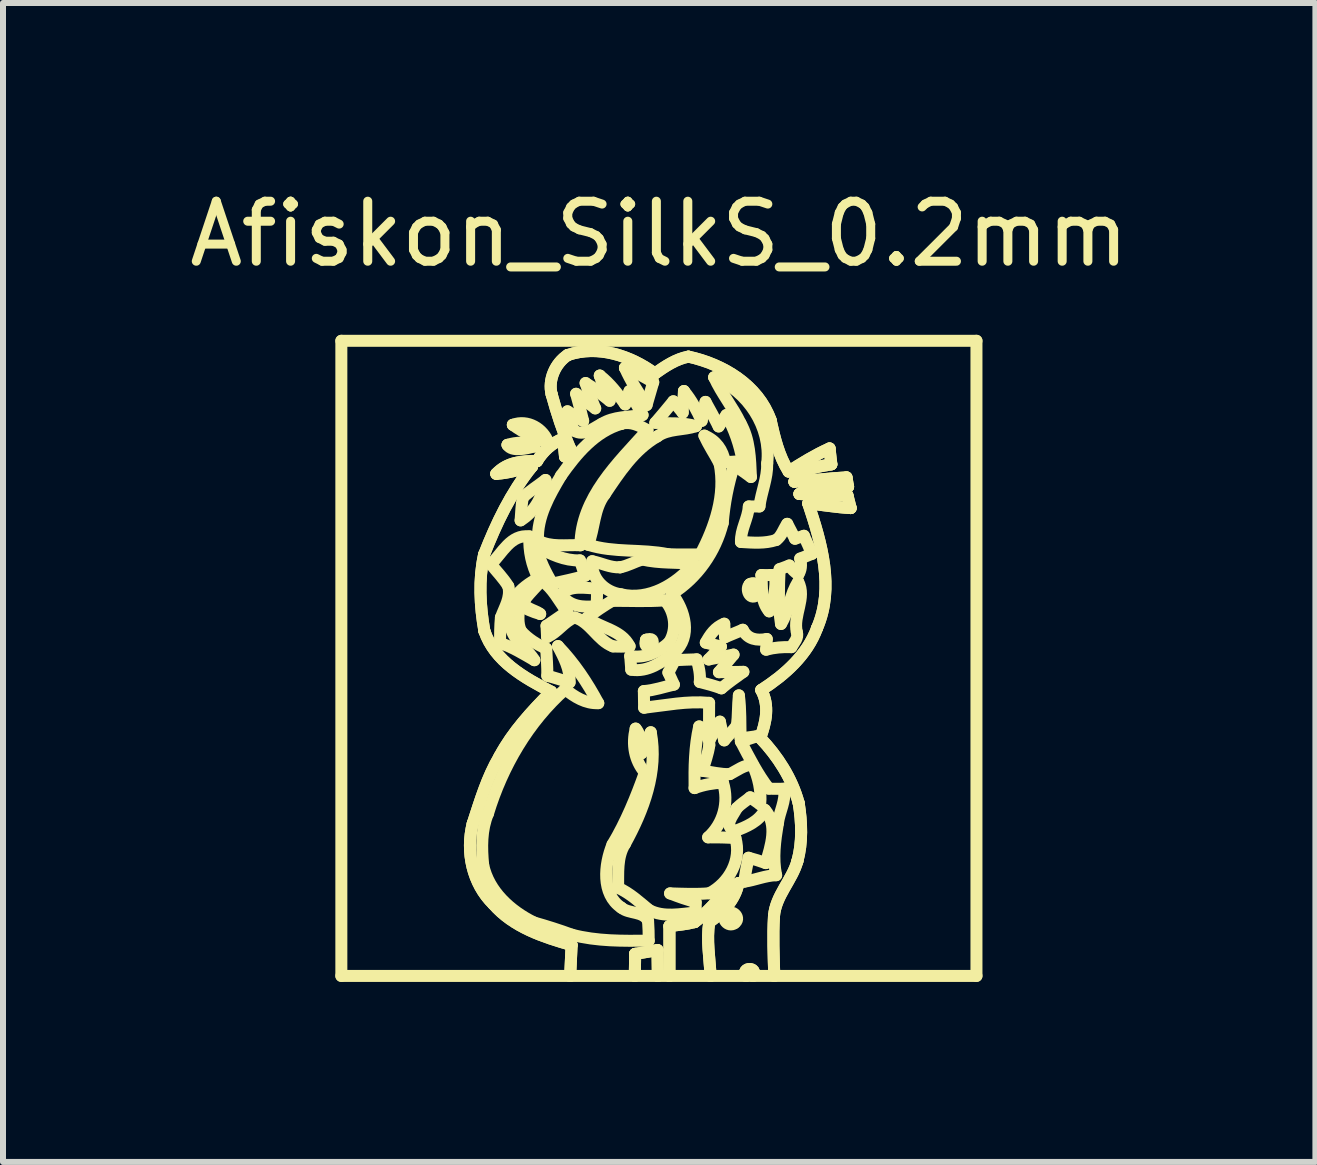
<source format=kicad_pcb>
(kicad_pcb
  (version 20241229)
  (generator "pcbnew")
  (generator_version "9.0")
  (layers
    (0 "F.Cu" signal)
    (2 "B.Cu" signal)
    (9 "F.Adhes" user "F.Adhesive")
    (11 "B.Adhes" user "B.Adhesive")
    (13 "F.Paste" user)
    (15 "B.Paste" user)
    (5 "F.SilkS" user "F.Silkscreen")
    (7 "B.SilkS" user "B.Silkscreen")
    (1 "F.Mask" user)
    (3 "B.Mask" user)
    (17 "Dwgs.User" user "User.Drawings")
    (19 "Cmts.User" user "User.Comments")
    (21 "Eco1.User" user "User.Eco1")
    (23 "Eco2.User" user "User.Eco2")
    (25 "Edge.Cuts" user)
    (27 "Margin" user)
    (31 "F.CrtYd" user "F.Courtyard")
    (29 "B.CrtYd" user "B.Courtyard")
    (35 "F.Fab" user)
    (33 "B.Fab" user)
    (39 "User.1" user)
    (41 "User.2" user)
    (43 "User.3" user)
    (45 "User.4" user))
  (footprint "Afiskon_SilkS_0.2mm"
    (layer "F.Cu")
    (at 8.035 2.648)
    (property "Reference" "Afiskon_SilkS_0.2mm" (at -0.1 -1.8 0) (layer "F.SilkS") (effects (font (size 1 1) (thickness 0.15))))
    (attr through_hole)
    (fp_line (start -5.397 -0.019) (end 5.186 -0.019) (stroke (width 0.2) (type solid)) (layer "F.SilkS"))
    (fp_line (start -5.397 10.564) (end -5.397 -0.019) (stroke (width 0.2) (type solid)) (layer "F.SilkS"))
    (fp_line (start -2.904 3.704) (end -2.904 3.704) (stroke (width 0.2) (type solid)) (layer "F.SilkS"))
    (fp_line (start -2.628 1.715) (end -2.628 1.715) (stroke (width 0.2) (type solid)) (layer "F.SilkS"))
    (fp_line (start -2.539 1.381) (end -2.539 1.381) (stroke (width 0.2) (type solid)) (layer "F.SilkS"))
    (fp_line (start -2.374 2.593) (end -2.374 2.593) (stroke (width 0.2) (type solid)) (layer "F.SilkS"))
    (fp_line (start -2.13 3.415) (end -2.13 3.415) (stroke (width 0.2) (type solid)) (layer "F.SilkS"))
    (fp_line (start -1.736 4.204) (end -1.736 4.204) (stroke (width 0.2) (type solid)) (layer "F.SilkS"))
    (fp_line (start -1.622 0.217) (end -1.622 0.217) (stroke (width 0.2) (type solid)) (layer "F.SilkS"))
    (fp_line (start -1.584 10.564) (end -5.397 10.564) (stroke (width 0.2) (type solid)) (layer "F.SilkS"))
    (fp_line (start -1.09 0.561) (end -1.09 0.561) (stroke (width 0.2) (type solid)) (layer "F.SilkS"))
    (fp_line (start -0.752 3.755) (end -0.752 3.755) (stroke (width 0.2) (type solid)) (layer "F.SilkS"))
    (fp_line (start -0.728 1.363) (end -0.728 1.363) (stroke (width 0.2) (type solid)) (layer "F.SilkS"))
    (fp_line (start -0.671 0.432) (end -0.671 0.432) (stroke (width 0.2) (type solid)) (layer "F.SilkS"))
    (fp_line (start -0.507 10.564) (end -1.584 10.564) (stroke (width 0.2) (type solid)) (layer "F.SilkS"))
    (fp_line (start -0.501 10.197) (end -0.501 10.197) (stroke (width 0.2) (type solid)) (layer "F.SilkS"))
    (fp_line (start -0.319 4.963) (end -0.319 4.963) (stroke (width 0.2) (type solid)) (layer "F.SilkS"))
    (fp_line (start -0.123 10.564) (end -0.507 10.564) (stroke (width 0.2) (type solid)) (layer "F.SilkS"))
    (fp_line (start 0.07 10.564) (end -0.123 10.564) (stroke (width 0.2) (type solid)) (layer "F.SilkS"))
    (fp_line (start 0.312 0.819) (end 0.312 0.819) (stroke (width 0.2) (type solid)) (layer "F.SilkS"))
    (fp_line (start 0.489 9.667) (end 0.489 9.667) (stroke (width 0.2) (type solid)) (layer "F.SilkS"))
    (fp_line (start 0.755 10.564) (end 0.07 10.564) (stroke (width 0.2) (type solid)) (layer "F.SilkS"))
    (fp_line (start 0.816 0.589) (end 0.816 0.589) (stroke (width 0.2) (type solid)) (layer "F.SilkS"))
    (fp_line (start 1.033 9.531) (end 1.033 9.531) (stroke (width 0.2) (type solid)) (layer "F.SilkS"))
    (fp_line (start 1.345 10.564) (end 0.755 10.564) (stroke (width 0.2) (type solid)) (layer "F.SilkS"))
    (fp_line (start 1.41 4.038) (end 1.41 4.038) (stroke (width 0.2) (type solid)) (layer "F.SilkS"))
    (fp_line (start 1.464 10.564) (end 1.345 10.564) (stroke (width 0.2) (type solid)) (layer "F.SilkS"))
    (fp_line (start 1.604 3.885) (end 1.604 3.885) (stroke (width 0.2) (type solid)) (layer "F.SilkS"))
    (fp_line (start 1.817 10.564) (end 1.464 10.564) (stroke (width 0.2) (type solid)) (layer "F.SilkS"))
    (fp_line (start 5.186 -0.019) (end 5.186 10.564) (stroke (width 0.2) (type solid)) (layer "F.SilkS"))
    (fp_line (start 5.186 10.564) (end 1.817 10.564) (stroke (width 0.2) (type solid)) (layer "F.SilkS"))
    (fp_curve (pts (xy -3.208 8.027) (xy -3.328 8.494) (xy -3.215 9.028) (xy -2.863 9.369)) (stroke (width 0.2) (type solid)) (layer "F.SilkS"))
    (fp_curve (pts (xy -3.208 8.027) (xy -3.083 7.644) (xy -2.968 7.254) (xy -2.761 6.906)) (stroke (width 0.2) (type solid)) (layer "F.SilkS"))
    (fp_curve (pts (xy -3.034 8.715) (xy -3.061 8.428) (xy -3.067 8.127) (xy -2.953 7.857)) (stroke (width 0.2) (type solid)) (layer "F.SilkS"))
    (fp_curve (pts (xy -3.019 3.544) (xy -3.112 3.961) (xy -3.087 4.398) (xy -3.014 4.816)) (stroke (width 0.2) (type solid)) (layer "F.SilkS"))
    (fp_curve (pts (xy -3.019 3.544) (xy -2.815 3.023) (xy -2.572 2.51) (xy -2.218 2.073)) (stroke (width 0.2) (type solid)) (layer "F.SilkS"))
    (fp_curve (pts (xy -3.014 4.816) (xy -3.087 4.398) (xy -3.112 3.961) (xy -3.019 3.544)) (stroke (width 0.2) (type solid)) (layer "F.SilkS"))
    (fp_curve (pts (xy -3.014 4.816) (xy -2.842 5.324) (xy -2.348 5.595) (xy -1.902 5.828)) (stroke (width 0.2) (type solid)) (layer "F.SilkS"))
    (fp_curve (pts (xy -2.953 7.857) (xy -2.714 7.073) (xy -2.283 6.333) (xy -1.667 5.787)) (stroke (width 0.2) (type solid)) (layer "F.SilkS"))
    (fp_curve (pts (xy -2.904 3.704) (xy -2.715 3.519) (xy -2.577 3.202) (xy -2.264 3.24)) (stroke (width 0.2) (type solid)) (layer "F.SilkS"))
    (fp_curve (pts (xy -2.863 9.369) (xy -3.215 9.028) (xy -3.328 8.494) (xy -3.208 8.027)) (stroke (width 0.2) (type solid)) (layer "F.SilkS"))
    (fp_curve (pts (xy -2.863 9.369) (xy -2.53 9.753) (xy -2.032 9.915) (xy -1.56 10.05)) (stroke (width 0.2) (type solid)) (layer "F.SilkS"))
    (fp_curve (pts (xy -2.815 2.197) (xy -2.61 2.187) (xy -2.415 2.121) (xy -2.218 2.073)) (stroke (width 0.2) (type solid)) (layer "F.SilkS"))
    (fp_curve (pts (xy -2.815 2.197) (xy -2.637 2.005) (xy -2.383 1.979) (xy -2.137 1.986)) (stroke (width 0.2) (type solid)) (layer "F.SilkS"))
    (fp_curve (pts (xy -2.761 6.906) (xy -2.968 7.254) (xy -3.083 7.644) (xy -3.208 8.027)) (stroke (width 0.2) (type solid)) (layer "F.SilkS"))
    (fp_curve (pts (xy -2.761 6.906) (xy -2.543 6.496) (xy -2.226 6.155) (xy -1.902 5.828)) (stroke (width 0.2) (type solid)) (layer "F.SilkS"))
    (fp_curve (pts (xy -2.753 5.018) (xy -2.751 4.875) (xy -2.753 4.732) (xy -2.738 4.591)) (stroke (width 0.2) (type solid)) (layer "F.SilkS"))
    (fp_curve (pts (xy -2.738 4.591) (xy -2.678 4.421) (xy -2.568 4.26) (xy -2.615 4.072)) (stroke (width 0.2) (type solid)) (layer "F.SilkS"))
    (fp_curve (pts (xy -2.628 1.715) (xy -2.503 1.673) (xy -2.27 1.649) (xy -2.181 1.742)) (stroke (width 0.2) (type solid)) (layer "F.SilkS"))
    (fp_curve (pts (xy -2.615 4.072) (xy -2.695 3.938) (xy -2.808 3.827) (xy -2.904 3.704)) (stroke (width 0.2) (type solid)) (layer "F.SilkS"))
    (fp_curve (pts (xy -2.577 4.747) (xy -2.525 4.986) (xy -2.299 5.104) (xy -2.181 5.303)) (stroke (width 0.2) (type solid)) (layer "F.SilkS"))
    (fp_curve (pts (xy -2.539 1.381) (xy -2.296 1.287) (xy -2.029 1.443) (xy -1.948 1.681)) (stroke (width 0.2) (type solid)) (layer "F.SilkS"))
    (fp_curve (pts (xy -2.439 4.387) (xy -2.324 4.444) (xy -2.208 4.5) (xy -2.084 4.533)) (stroke (width 0.2) (type solid)) (layer "F.SilkS"))
    (fp_curve (pts (xy -2.41 2.973) (xy -2.401 2.846) (xy -2.396 2.719) (xy -2.374 2.593)) (stroke (width 0.2) (type solid)) (layer "F.SilkS"))
    (fp_curve (pts (xy -2.403 4.819) (xy -2.469 4.685) (xy -2.439 4.531) (xy -2.439 4.387)) (stroke (width 0.2) (type solid)) (layer "F.SilkS"))
    (fp_curve (pts (xy -2.374 2.593) (xy -2.259 2.482) (xy -2.121 2.398) (xy -1.995 2.3)) (stroke (width 0.2) (type solid)) (layer "F.SilkS"))
    (fp_curve (pts (xy -2.336 4.285) (xy -2.25 4.175) (xy -2.151 4.078) (xy -2.058 3.975)) (stroke (width 0.2) (type solid)) (layer "F.SilkS"))
    (fp_curve (pts (xy -2.264 3.24) (xy -2.275 3.482) (xy -2.224 3.722) (xy -2.113 3.938)) (stroke (width 0.2) (type solid)) (layer "F.SilkS"))
    (fp_curve (pts (xy -2.218 2.073) (xy -2.572 2.51) (xy -2.815 3.023) (xy -3.019 3.544)) (stroke (width 0.2) (type solid)) (layer "F.SilkS"))
    (fp_curve (pts (xy -2.218 2.073) (xy -2.415 2.121) (xy -2.61 2.187) (xy -2.815 2.197)) (stroke (width 0.2) (type solid)) (layer "F.SilkS"))
    (fp_curve (pts (xy -2.187 9.674) (xy -2.577 9.482) (xy -2.942 9.156) (xy -3.034 8.715)) (stroke (width 0.2) (type solid)) (layer "F.SilkS"))
    (fp_curve (pts (xy -2.181 1.742) (xy -2.305 1.775) (xy -2.56 1.837) (xy -2.628 1.715)) (stroke (width 0.2) (type solid)) (layer "F.SilkS"))
    (fp_curve (pts (xy -2.181 5.303) (xy -2.367 5.197) (xy -2.547 5.082) (xy -2.753 5.018)) (stroke (width 0.2) (type solid)) (layer "F.SilkS"))
    (fp_curve (pts (xy -2.137 1.986) (xy -2.383 1.979) (xy -2.637 2.005) (xy -2.815 2.197)) (stroke (width 0.2) (type solid)) (layer "F.SilkS"))
    (fp_curve (pts (xy -2.137 1.986) (xy -2.034 1.816) (xy -1.888 1.684) (xy -1.701 1.61)) (stroke (width 0.2) (type solid)) (layer "F.SilkS"))
    (fp_curve (pts (xy -2.13 3.415) (xy -1.909 3.536) (xy -1.679 3.648) (xy -1.421 3.64)) (stroke (width 0.2) (type solid)) (layer "F.SilkS"))
    (fp_curve (pts (xy -2.12 3.307) (xy -2.138 2.913) (xy -1.93 2.555) (xy -1.736 2.228)) (stroke (width 0.2) (type solid)) (layer "F.SilkS"))
    (fp_curve (pts (xy -2.113 3.938) (xy -2.403 4.08) (xy -2.735 4.395) (xy -2.577 4.747)) (stroke (width 0.2) (type solid)) (layer "F.SilkS"))
    (fp_curve (pts (xy -2.084 4.533) (xy -2.163 4.46) (xy -2.411 4.44) (xy -2.336 4.285)) (stroke (width 0.2) (type solid)) (layer "F.SilkS"))
    (fp_curve (pts (xy -2.058 3.975) (xy -1.871 4.107) (xy -1.77 4.316) (xy -1.637 4.496)) (stroke (width 0.2) (type solid)) (layer "F.SilkS"))
    (fp_curve (pts (xy -1.995 2.3) (xy -2.043 2.57) (xy -2.168 2.827) (xy -2.41 2.973)) (stroke (width 0.2) (type solid)) (layer "F.SilkS"))
    (fp_curve (pts (xy -1.983 5.109) (xy -2.14 5.041) (xy -2.287 4.947) (xy -2.403 4.819)) (stroke (width 0.2) (type solid)) (layer "F.SilkS"))
    (fp_curve (pts (xy -1.978 4.73) (xy -1.975 4.777) (xy -1.971 4.87) (xy -1.969 4.916)) (stroke (width 0.2) (type solid)) (layer "F.SilkS"))
    (fp_curve (pts (xy -1.969 4.916) (xy -1.793 4.841) (xy -1.685 4.659) (xy -1.511 4.591)) (stroke (width 0.2) (type solid)) (layer "F.SilkS"))
    (fp_curve (pts (xy -1.965 5.563) (xy -1.962 5.411) (xy -1.976 5.26) (xy -1.983 5.109)) (stroke (width 0.2) (type solid)) (layer "F.SilkS"))
    (fp_curve (pts (xy -1.948 1.681) (xy -2.155 1.603) (xy -2.362 1.516) (xy -2.539 1.381)) (stroke (width 0.2) (type solid)) (layer "F.SilkS"))
    (fp_curve (pts (xy -1.902 5.828) (xy -2.348 5.595) (xy -2.842 5.324) (xy -3.014 4.816)) (stroke (width 0.2) (type solid)) (layer "F.SilkS"))
    (fp_curve (pts (xy -1.902 5.828) (xy -2.226 6.155) (xy -2.543 6.496) (xy -2.761 6.906)) (stroke (width 0.2) (type solid)) (layer "F.SilkS"))
    (fp_curve (pts (xy -1.892 0.875) (xy -1.957 0.632) (xy -1.83 0.349) (xy -1.622 0.217)) (stroke (width 0.2) (type solid)) (layer "F.SilkS"))
    (fp_curve (pts (xy -1.892 0.875) (xy -1.807 1.186) (xy -1.708 1.493) (xy -1.579 1.789)) (stroke (width 0.2) (type solid)) (layer "F.SilkS"))
    (fp_curve (pts (xy -1.883 4.028) (xy -1.989 3.835) (xy -2.105 3.638) (xy -2.13 3.415)) (stroke (width 0.2) (type solid)) (layer "F.SilkS"))
    (fp_curve (pts (xy -1.787 5.068) (xy -1.69 5.257) (xy -1.581 5.453) (xy -1.594 5.674)) (stroke (width 0.2) (type solid)) (layer "F.SilkS"))
    (fp_curve (pts (xy -1.736 2.228) (xy -1.48 1.864) (xy -1.171 1.493) (xy -0.728 1.363)) (stroke (width 0.2) (type solid)) (layer "F.SilkS"))
    (fp_curve (pts (xy -1.736 4.204) (xy -1.571 4.045) (xy -1.337 4.105) (xy -1.134 4.109)) (stroke (width 0.2) (type solid)) (layer "F.SilkS"))
    (fp_curve (pts (xy -1.701 1.61) (xy -1.888 1.684) (xy -2.034 1.816) (xy -2.137 1.986)) (stroke (width 0.2) (type solid)) (layer "F.SilkS"))
    (fp_curve (pts (xy -1.701 1.61) (xy -1.694 1.685) (xy -1.677 1.835) (xy -1.67 1.91)) (stroke (width 0.2) (type solid)) (layer "F.SilkS"))
    (fp_curve (pts (xy -1.67 1.91) (xy -1.677 1.835) (xy -1.694 1.685) (xy -1.701 1.61)) (stroke (width 0.2) (type solid)) (layer "F.SilkS"))
    (fp_curve (pts (xy -1.67 1.91) (xy -1.639 1.87) (xy -1.609 1.829) (xy -1.579 1.789)) (stroke (width 0.2) (type solid)) (layer "F.SilkS"))
    (fp_curve (pts (xy -1.667 5.787) (xy -1.509 5.916) (xy -1.327 6.029) (xy -1.116 6.019)) (stroke (width 0.2) (type solid)) (layer "F.SilkS"))
    (fp_curve (pts (xy -1.637 4.496) (xy -1.751 4.573) (xy -1.865 4.651) (xy -1.978 4.73)) (stroke (width 0.2) (type solid)) (layer "F.SilkS"))
    (fp_curve (pts (xy -1.629 1.156) (xy -1.541 1.208) (xy -1.454 1.262) (xy -1.368 1.315)) (stroke (width 0.2) (type solid)) (layer "F.SilkS"))
    (fp_curve (pts (xy -1.622 0.217) (xy -1.83 0.349) (xy -1.957 0.632) (xy -1.892 0.875)) (stroke (width 0.2) (type solid)) (layer "F.SilkS"))
    (fp_curve (pts (xy -1.622 0.217) (xy -1.124 0.048) (xy -0.582 0.225) (xy -0.173 0.527)) (stroke (width 0.2) (type solid)) (layer "F.SilkS"))
    (fp_curve (pts (xy -1.594 5.674) (xy -1.718 5.636) (xy -1.84 5.595) (xy -1.965 5.563)) (stroke (width 0.2) (type solid)) (layer "F.SilkS"))
    (fp_curve (pts (xy -1.584 10.564) (xy -1.576 10.392) (xy -1.568 10.222) (xy -1.56 10.05)) (stroke (width 0.2) (type solid)) (layer "F.SilkS"))
    (fp_curve (pts (xy -1.579 1.789) (xy -1.708 1.493) (xy -1.807 1.186) (xy -1.892 0.875)) (stroke (width 0.2) (type solid)) (layer "F.SilkS"))
    (fp_curve (pts (xy -1.579 1.789) (xy -1.609 1.829) (xy -1.639 1.87) (xy -1.67 1.91)) (stroke (width 0.2) (type solid)) (layer "F.SilkS"))
    (fp_curve (pts (xy -1.56 10.05) (xy -2.032 9.915) (xy -2.53 9.753) (xy -2.863 9.369)) (stroke (width 0.2) (type solid)) (layer "F.SilkS"))
    (fp_curve (pts (xy -1.56 10.05) (xy -1.568 10.222) (xy -1.576 10.392) (xy -1.584 10.564)) (stroke (width 0.2) (type solid)) (layer "F.SilkS"))
    (fp_curve (pts (xy -1.557 9.877) (xy -1.765 9.8) (xy -1.974 9.734) (xy -2.187 9.674)) (stroke (width 0.2) (type solid)) (layer "F.SilkS"))
    (fp_curve (pts (xy -1.521 1.476) (xy -1.566 1.373) (xy -1.595 1.264) (xy -1.629 1.156)) (stroke (width 0.2) (type solid)) (layer "F.SilkS"))
    (fp_curve (pts (xy -1.511 4.591) (xy -1.246 4.665) (xy -1.129 4.976) (xy -0.871 5.073)) (stroke (width 0.2) (type solid)) (layer "F.SilkS"))
    (fp_curve (pts (xy -1.485 0.864) (xy -1.378 0.944) (xy -1.273 1.026) (xy -1.167 1.107)) (stroke (width 0.2) (type solid)) (layer "F.SilkS"))
    (fp_curve (pts (xy -1.421 3.64) (xy -1.392 3.726) (xy -1.364 3.81) (xy -1.335 3.896)) (stroke (width 0.2) (type solid)) (layer "F.SilkS"))
    (fp_curve (pts (xy -1.413 3.388) (xy -1.647 3.376) (xy -1.91 3.427) (xy -2.12 3.307)) (stroke (width 0.2) (type solid)) (layer "F.SilkS"))
    (fp_curve (pts (xy -1.368 1.315) (xy -1.403 1.164) (xy -1.443 1.014) (xy -1.485 0.864)) (stroke (width 0.2) (type solid)) (layer "F.SilkS"))
    (fp_curve (pts (xy -1.335 3.896) (xy -1.514 3.951) (xy -1.7 3.985) (xy -1.883 4.028)) (stroke (width 0.2) (type solid)) (layer "F.SilkS"))
    (fp_curve (pts (xy -1.327 0.685) (xy -1.183 0.77) (xy -1.056 0.878) (xy -0.926 0.98)) (stroke (width 0.2) (type solid)) (layer "F.SilkS"))
    (fp_curve (pts (xy -1.304 4.598) (xy -1.17 4.495) (xy -1.031 4.4) (xy -0.886 4.314)) (stroke (width 0.2) (type solid)) (layer "F.SilkS"))
    (fp_curve (pts (xy -1.285 3.379) (xy -1.178 3.102) (xy -1.192 2.784) (xy -1.009 2.54)) (stroke (width 0.2) (type solid)) (layer "F.SilkS"))
    (fp_curve (pts (xy -1.217 3.654) (xy -1.061 3.684) (xy -0.913 3.765) (xy -0.752 3.755)) (stroke (width 0.2) (type solid)) (layer "F.SilkS"))
    (fp_curve (pts (xy -1.167 1.107) (xy -1.226 0.968) (xy -1.281 0.829) (xy -1.327 0.685)) (stroke (width 0.2) (type solid)) (layer "F.SilkS"))
    (fp_curve (pts (xy -1.142 4.402) (xy -1.37 4.426) (xy -1.598 4.413) (xy -1.736 4.204)) (stroke (width 0.2) (type solid)) (layer "F.SilkS"))
    (fp_curve (pts (xy -1.134 4.109) (xy -1.136 4.183) (xy -1.14 4.329) (xy -1.142 4.402)) (stroke (width 0.2) (type solid)) (layer "F.SilkS"))
    (fp_curve (pts (xy -1.116 6.019) (xy -1.298 5.677) (xy -1.517 5.348) (xy -1.787 5.068)) (stroke (width 0.2) (type solid)) (layer "F.SilkS"))
    (fp_curve (pts (xy -1.09 0.561) (xy -0.92 0.692) (xy -0.79 0.865) (xy -0.667 1.04)) (stroke (width 0.2) (type solid)) (layer "F.SilkS"))
    (fp_curve (pts (xy -1.06 1.366) (xy -1.202 1.438) (xy -1.358 1.579) (xy -1.521 1.476)) (stroke (width 0.2) (type solid)) (layer "F.SilkS"))
    (fp_curve (pts (xy -1.009 2.54) (xy -0.767 2.179) (xy -0.518 1.796) (xy -0.132 1.574)) (stroke (width 0.2) (type solid)) (layer "F.SilkS"))
    (fp_curve (pts (xy -0.926 0.98) (xy -0.981 0.841) (xy -1.049 0.705) (xy -1.09 0.561)) (stroke (width 0.2) (type solid)) (layer "F.SilkS"))
    (fp_curve (pts (xy -0.886 4.314) (xy -0.593 4.313) (xy -0.299 4.328) (xy -0.007 4.306)) (stroke (width 0.2) (type solid)) (layer "F.SilkS"))
    (fp_curve (pts (xy -0.879 8.375) (xy -1.014 8.704) (xy -1.069 9.201) (xy -0.732 9.426)) (stroke (width 0.2) (type solid)) (layer "F.SilkS"))
    (fp_curve (pts (xy -0.871 5.073) (xy -0.779 5.079) (xy -0.687 5.079) (xy -0.594 5.071)) (stroke (width 0.2) (type solid)) (layer "F.SilkS"))
    (fp_curve (pts (xy -0.785 9.097) (xy -0.78 8.852) (xy -0.809 8.585) (xy -0.672 8.366)) (stroke (width 0.2) (type solid)) (layer "F.SilkS"))
    (fp_curve (pts (xy -0.752 3.755) (xy -0.623 3.731) (xy -0.508 3.662) (xy -0.384 3.625)) (stroke (width 0.2) (type solid)) (layer "F.SilkS"))
    (fp_curve (pts (xy -0.738 4.205) (xy -1.007 4.169) (xy -1.243 3.94) (xy -1.217 3.654)) (stroke (width 0.2) (type solid)) (layer "F.SilkS"))
    (fp_curve (pts (xy -0.732 9.426) (xy -0.601 9.537) (xy -0.372 9.477) (xy -0.286 9.647)) (stroke (width 0.2) (type solid)) (layer "F.SilkS"))
    (fp_curve (pts (xy -0.728 1.363) (xy -0.572 1.321) (xy -0.429 1.395) (xy -0.296 1.469)) (stroke (width 0.2) (type solid)) (layer "F.SilkS"))
    (fp_curve (pts (xy -0.672 8.366) (xy -0.36 7.803) (xy -0.117 7.156) (xy -0.241 6.504)) (stroke (width 0.2) (type solid)) (layer "F.SilkS"))
    (fp_curve (pts (xy -0.671 0.432) (xy -0.505 0.493) (xy -0.352 0.582) (xy -0.2 0.671)) (stroke (width 0.2) (type solid)) (layer "F.SilkS"))
    (fp_curve (pts (xy -0.667 1.04) (xy -0.643 0.966) (xy -0.62 0.892) (xy -0.596 0.819)) (stroke (width 0.2) (type solid)) (layer "F.SilkS"))
    (fp_curve (pts (xy -0.596 0.819) (xy -0.527 0.954) (xy -0.453 1.086) (xy -0.378 1.217)) (stroke (width 0.2) (type solid)) (layer "F.SilkS"))
    (fp_curve (pts (xy -0.594 5.071) (xy -0.73 4.795) (xy -1.076 4.77) (xy -1.304 4.598)) (stroke (width 0.2) (type solid)) (layer "F.SilkS"))
    (fp_curve (pts (xy -0.584 5.233) (xy -0.577 5.309) (xy -0.572 5.384) (xy -0.566 5.461)) (stroke (width 0.2) (type solid)) (layer "F.SilkS"))
    (fp_curve (pts (xy -0.566 5.461) (xy -0.293 5.508) (xy -0.049 5.336) (xy 0.151 5.174)) (stroke (width 0.2) (type solid)) (layer "F.SilkS"))
    (fp_curve (pts (xy -0.507 10.564) (xy -0.505 10.442) (xy -0.503 10.319) (xy -0.501 10.197)) (stroke (width 0.2) (type solid)) (layer "F.SilkS"))
    (fp_curve (pts (xy -0.501 10.197) (xy -0.503 10.319) (xy -0.505 10.442) (xy -0.507 10.564)) (stroke (width 0.2) (type solid)) (layer "F.SilkS"))
    (fp_curve (pts (xy -0.501 10.197) (xy -0.377 10.177) (xy -0.253 10.155) (xy -0.129 10.134)) (stroke (width 0.2) (type solid)) (layer "F.SilkS"))
    (fp_curve (pts (xy -0.493 6.443) (xy -0.556 6.705) (xy -0.514 6.968) (xy -0.339 7.176)) (stroke (width 0.2) (type solid)) (layer "F.SilkS"))
    (fp_curve (pts (xy -0.395 6.854) (xy -0.428 6.718) (xy -0.39 6.554) (xy -0.493 6.443)) (stroke (width 0.2) (type solid)) (layer "F.SilkS"))
    (fp_curve (pts (xy -0.384 3.625) (xy -0.101 3.692) (xy 0.19 3.67) (xy 0.477 3.697)) (stroke (width 0.2) (type solid)) (layer "F.SilkS"))
    (fp_curve (pts (xy -0.378 1.217) (xy -0.608 1.254) (xy -0.856 1.238) (xy -1.06 1.366)) (stroke (width 0.2) (type solid)) (layer "F.SilkS"))
    (fp_curve (pts (xy -0.356 5.818) (xy -0.355 5.887) (xy -0.353 6.026) (xy -0.352 6.095)) (stroke (width 0.2) (type solid)) (layer "F.SilkS"))
    (fp_curve (pts (xy -0.352 6.095) (xy 0.009 6.055) (xy 0.364 5.979) (xy 0.731 6.014)) (stroke (width 0.2) (type solid)) (layer "F.SilkS"))
    (fp_curve (pts (xy -0.339 7.176) (xy -0.486 7.59) (xy -0.653 7.998) (xy -0.879 8.375)) (stroke (width 0.2) (type solid)) (layer "F.SilkS"))
    (fp_curve (pts (xy -0.319 4.963) (xy -0.22 4.929) (xy -0.186 4.963) (xy -0.219 5.062)) (stroke (width 0.2) (type solid)) (layer "F.SilkS"))
    (fp_curve (pts (xy -0.311 1.052) (xy -0.442 0.853) (xy -0.576 0.652) (xy -0.671 0.432)) (stroke (width 0.2) (type solid)) (layer "F.SilkS"))
    (fp_curve (pts (xy -0.296 1.469) (xy -0.787 2.017) (xy -1.406 2.595) (xy -1.413 3.388)) (stroke (width 0.2) (type solid)) (layer "F.SilkS"))
    (fp_curve (pts (xy -0.286 9.647) (xy -0.278 9.756) (xy -0.275 9.866) (xy -0.275 9.977)) (stroke (width 0.2) (type solid)) (layer "F.SilkS"))
    (fp_curve (pts (xy -0.275 9.977) (xy -0.703 9.981) (xy -1.14 9.988) (xy -1.557 9.877)) (stroke (width 0.2) (type solid)) (layer "F.SilkS"))
    (fp_curve (pts (xy -0.265 9.469) (xy -0.431 9.333) (xy -0.587 9.185) (xy -0.785 9.097)) (stroke (width 0.2) (type solid)) (layer "F.SilkS"))
    (fp_curve (pts (xy -0.241 6.504) (xy -0.297 6.618) (xy -0.346 6.737) (xy -0.395 6.854)) (stroke (width 0.2) (type solid)) (layer "F.SilkS"))
    (fp_curve (pts (xy -0.219 5.062) (xy -0.318 5.094) (xy -0.351 5.061) (xy -0.319 4.963)) (stroke (width 0.2) (type solid)) (layer "F.SilkS"))
    (fp_curve (pts (xy -0.2 0.671) (xy -0.237 0.798) (xy -0.275 0.925) (xy -0.311 1.052)) (stroke (width 0.2) (type solid)) (layer "F.SilkS"))
    (fp_curve (pts (xy -0.173 0.527) (xy -0.582 0.225) (xy -1.124 0.048) (xy -1.622 0.217)) (stroke (width 0.2) (type solid)) (layer "F.SilkS"))
    (fp_curve (pts (xy -0.173 0.527) (xy -0.002 0.407) (xy 0.177 0.284) (xy 0.386 0.245)) (stroke (width 0.2) (type solid)) (layer "F.SilkS"))
    (fp_curve (pts (xy -0.165 1.347) (xy -0.065 1.227) (xy 0.038 1.11) (xy 0.135 0.989)) (stroke (width 0.2) (type solid)) (layer "F.SilkS"))
    (fp_curve (pts (xy -0.132 1.574) (xy 0.055 1.44) (xy 0.302 1.475) (xy 0.512 1.404)) (stroke (width 0.2) (type solid)) (layer "F.SilkS"))
    (fp_curve (pts (xy -0.129 10.134) (xy -0.253 10.155) (xy -0.377 10.177) (xy -0.501 10.197)) (stroke (width 0.2) (type solid)) (layer "F.SilkS"))
    (fp_curve (pts (xy -0.129 10.134) (xy -0.126 10.277) (xy -0.125 10.421) (xy -0.123 10.564)) (stroke (width 0.2) (type solid)) (layer "F.SilkS"))
    (fp_curve (pts (xy -0.123 10.564) (xy -0.125 10.421) (xy -0.126 10.277) (xy -0.129 10.134)) (stroke (width 0.2) (type solid)) (layer "F.SilkS"))
    (fp_curve (pts (xy -0.007 4.306) (xy 0.164 4.494) (xy 0.203 4.795) (xy 0.062 5.01)) (stroke (width 0.2) (type solid)) (layer "F.SilkS"))
    (fp_curve (pts (xy 0.047 3.537) (xy -0.394 3.446) (xy -0.85 3.518) (xy -1.285 3.379)) (stroke (width 0.2) (type solid)) (layer "F.SilkS"))
    (fp_curve (pts (xy 0.053 5.509) (xy 0.082 5.576) (xy 0.112 5.643) (xy 0.144 5.71)) (stroke (width 0.2) (type solid)) (layer "F.SilkS"))
    (fp_curve (pts (xy 0.062 5.01) (xy -0.117 5.169) (xy -0.34 5.278) (xy -0.584 5.233)) (stroke (width 0.2) (type solid)) (layer "F.SilkS"))
    (fp_curve (pts (xy 0.07 9.734) (xy 0.07 10.011) (xy 0.07 10.287) (xy 0.07 10.564)) (stroke (width 0.2) (type solid)) (layer "F.SilkS"))
    (fp_curve (pts (xy 0.07 9.734) (xy 0.209 9.714) (xy 0.352 9.705) (xy 0.489 9.667)) (stroke (width 0.2) (type solid)) (layer "F.SilkS"))
    (fp_curve (pts (xy 0.07 10.564) (xy 0.07 10.287) (xy 0.07 10.011) (xy 0.07 9.734)) (stroke (width 0.2) (type solid)) (layer "F.SilkS"))
    (fp_curve (pts (xy 0.081 9.189) (xy 0.221 9.245) (xy 0.362 9.293) (xy 0.507 9.336)) (stroke (width 0.2) (type solid)) (layer "F.SilkS"))
    (fp_curve (pts (xy 0.114 4.196) (xy 0.535 3.933) (xy 0.84 3.496) (xy 0.958 3.017)) (stroke (width 0.2) (type solid)) (layer "F.SilkS"))
    (fp_curve (pts (xy 0.135 0.989) (xy 0.188 1.052) (xy 0.239 1.115) (xy 0.291 1.179)) (stroke (width 0.2) (type solid)) (layer "F.SilkS"))
    (fp_curve (pts (xy 0.144 5.71) (xy -0.022 5.748) (xy -0.184 5.805) (xy -0.356 5.818)) (stroke (width 0.2) (type solid)) (layer "F.SilkS"))
    (fp_curve (pts (xy 0.151 5.174) (xy 0.448 4.915) (xy 0.33 4.469) (xy 0.114 4.196)) (stroke (width 0.2) (type solid)) (layer "F.SilkS"))
    (fp_curve (pts (xy 0.16 5.303) (xy 0.133 5.354) (xy 0.08 5.457) (xy 0.053 5.509)) (stroke (width 0.2) (type solid)) (layer "F.SilkS"))
    (fp_curve (pts (xy 0.291 1.179) (xy 0.295 1.059) (xy 0.302 0.939) (xy 0.312 0.819)) (stroke (width 0.2) (type solid)) (layer "F.SilkS"))
    (fp_curve (pts (xy 0.312 0.819) (xy 0.438 0.968) (xy 0.527 1.14) (xy 0.607 1.315)) (stroke (width 0.2) (type solid)) (layer "F.SilkS"))
    (fp_curve (pts (xy 0.386 0.245) (xy 0.177 0.284) (xy -0.002 0.407) (xy -0.173 0.527)) (stroke (width 0.2) (type solid)) (layer "F.SilkS"))
    (fp_curve (pts (xy 0.386 0.245) (xy 0.962 0.368) (xy 1.55 0.72) (xy 1.755 1.3)) (stroke (width 0.2) (type solid)) (layer "F.SilkS"))
    (fp_curve (pts (xy 0.477 3.697) (xy 0.181 4.04) (xy -0.27 4.314) (xy -0.738 4.205)) (stroke (width 0.2) (type solid)) (layer "F.SilkS"))
    (fp_curve (pts (xy 0.489 7.434) (xy 0.641 7.378) (xy 0.801 7.349) (xy 0.963 7.345)) (stroke (width 0.2) (type solid)) (layer "F.SilkS"))
    (fp_curve (pts (xy 0.489 9.667) (xy 0.352 9.705) (xy 0.209 9.714) (xy 0.07 9.734)) (stroke (width 0.2) (type solid)) (layer "F.SilkS"))
    (fp_curve (pts (xy 0.489 9.667) (xy 0.758 9.479) (xy 0.93 9.182) (xy 1.22 9.018)) (stroke (width 0.2) (type solid)) (layer "F.SilkS"))
    (fp_curve (pts (xy 0.507 9.336) (xy 0.508 9.379) (xy 0.509 9.464) (xy 0.51 9.507)) (stroke (width 0.2) (type solid)) (layer "F.SilkS"))
    (fp_curve (pts (xy 0.51 9.507) (xy 0.254 9.531) (xy -0.024 9.592) (xy -0.265 9.469)) (stroke (width 0.2) (type solid)) (layer "F.SilkS"))
    (fp_curve (pts (xy 0.512 1.404) (xy 0.293 1.335) (xy 0.06 1.366) (xy -0.165 1.347)) (stroke (width 0.2) (type solid)) (layer "F.SilkS"))
    (fp_curve (pts (xy 0.525 5.289) (xy 0.403 5.292) (xy 0.281 5.297) (xy 0.16 5.303)) (stroke (width 0.2) (type solid)) (layer "F.SilkS"))
    (fp_curve (pts (xy 0.566 6.407) (xy 0.489 6.744) (xy 0.484 7.09) (xy 0.489 7.434)) (stroke (width 0.2) (type solid)) (layer "F.SilkS"))
    (fp_curve (pts (xy 0.576 5.666) (xy 0.588 5.538) (xy 0.559 5.412) (xy 0.525 5.289)) (stroke (width 0.2) (type solid)) (layer "F.SilkS"))
    (fp_curve (pts (xy 0.587 3.541) (xy 0.407 3.539) (xy 0.227 3.546) (xy 0.047 3.537)) (stroke (width 0.2) (type solid)) (layer "F.SilkS"))
    (fp_curve (pts (xy 0.607 1.315) (xy 0.629 1.21) (xy 0.65 1.105) (xy 0.671 0.999)) (stroke (width 0.2) (type solid)) (layer "F.SilkS"))
    (fp_curve (pts (xy 0.621 7.146) (xy 0.661 7.004) (xy 0.715 6.866) (xy 0.734 6.72)) (stroke (width 0.2) (type solid)) (layer "F.SilkS"))
    (fp_curve (pts (xy 0.653 1.561) (xy 0.722 1.723) (xy 0.825 1.869) (xy 0.905 2.025)) (stroke (width 0.2) (type solid)) (layer "F.SilkS"))
    (fp_curve (pts (xy 0.671 0.999) (xy 0.747 1.133) (xy 0.821 1.27) (xy 0.89 1.408)) (stroke (width 0.2) (type solid)) (layer "F.SilkS"))
    (fp_curve (pts (xy 0.676 5.011) (xy 0.739 5.027) (xy 0.865 5.06) (xy 0.928 5.076)) (stroke (width 0.2) (type solid)) (layer "F.SilkS"))
    (fp_curve (pts (xy 0.715 8.255) (xy 0.866 8.254) (xy 1.018 8.257) (xy 1.169 8.265)) (stroke (width 0.2) (type solid)) (layer "F.SilkS"))
    (fp_curve (pts (xy 0.724 5.291) (xy 0.862 5.264) (xy 1 5.236) (xy 1.138 5.21)) (stroke (width 0.2) (type solid)) (layer "F.SilkS"))
    (fp_curve (pts (xy 0.731 6.014) (xy 0.73 6.217) (xy 0.726 6.421) (xy 0.742 6.624)) (stroke (width 0.2) (type solid)) (layer "F.SilkS"))
    (fp_curve (pts (xy 0.733 9.67) (xy 0.686 9.966) (xy 0.741 10.267) (xy 0.755 10.564)) (stroke (width 0.2) (type solid)) (layer "F.SilkS"))
    (fp_curve (pts (xy 0.733 9.67) (xy 0.959 9.506) (xy 1.163 9.307) (xy 1.22 9.018)) (stroke (width 0.2) (type solid)) (layer "F.SilkS"))
    (fp_curve (pts (xy 0.734 6.72) (xy 0.745 6.59) (xy 0.634 6.503) (xy 0.566 6.407)) (stroke (width 0.2) (type solid)) (layer "F.SilkS"))
    (fp_curve (pts (xy 0.735 9.187) (xy 0.517 9.206) (xy 0.298 9.195) (xy 0.081 9.189)) (stroke (width 0.2) (type solid)) (layer "F.SilkS"))
    (fp_curve (pts (xy 0.742 6.624) (xy 0.801 6.527) (xy 0.856 6.427) (xy 0.911 6.327)) (stroke (width 0.2) (type solid)) (layer "F.SilkS"))
    (fp_curve (pts (xy 0.755 10.564) (xy 0.741 10.267) (xy 0.686 9.966) (xy 0.733 9.67)) (stroke (width 0.2) (type solid)) (layer "F.SilkS"))
    (fp_curve (pts (xy 0.816 0.589) (xy 1.372 0.824) (xy 1.771 1.412) (xy 1.699 2.024)) (stroke (width 0.2) (type solid)) (layer "F.SilkS"))
    (fp_curve (pts (xy 0.89 1.408) (xy 0.933 1.345) (xy 0.976 1.282) (xy 1.019 1.218)) (stroke (width 0.2) (type solid)) (layer "F.SilkS"))
    (fp_curve (pts (xy 0.895 5.503) (xy 1.031 5.5) (xy 1.166 5.498) (xy 1.302 5.497)) (stroke (width 0.2) (type solid)) (layer "F.SilkS"))
    (fp_curve (pts (xy 0.905 2.025) (xy 1.012 2.552) (xy 0.827 3.079) (xy 0.587 3.541)) (stroke (width 0.2) (type solid)) (layer "F.SilkS"))
    (fp_curve (pts (xy 0.911 6.327) (xy 0.934 6.431) (xy 0.957 6.535) (xy 0.983 6.639)) (stroke (width 0.2) (type solid)) (layer "F.SilkS"))
    (fp_curve (pts (xy 0.928 5.076) (xy 0.861 5.148) (xy 0.791 5.219) (xy 0.724 5.291)) (stroke (width 0.2) (type solid)) (layer "F.SilkS"))
    (fp_curve (pts (xy 0.936 5.772) (xy 0.818 5.73) (xy 0.698 5.696) (xy 0.576 5.666)) (stroke (width 0.2) (type solid)) (layer "F.SilkS"))
    (fp_curve (pts (xy 0.958 3.017) (xy 0.985 2.688) (xy 1.047 2.365) (xy 1.149 2.051)) (stroke (width 0.2) (type solid)) (layer "F.SilkS"))
    (fp_curve (pts (xy 0.963 7.345) (xy 1.064 7.673) (xy 0.969 8.025) (xy 0.715 8.255)) (stroke (width 0.2) (type solid)) (layer "F.SilkS"))
    (fp_curve (pts (xy 0.983 6.639) (xy 1.055 6.557) (xy 1.129 6.477) (xy 1.195 6.39)) (stroke (width 0.2) (type solid)) (layer "F.SilkS"))
    (fp_curve (pts (xy 0.983 4.695) (xy 0.837 4.752) (xy 0.746 4.876) (xy 0.676 5.011)) (stroke (width 0.2) (type solid)) (layer "F.SilkS"))
    (fp_curve (pts (xy 0.995 2.004) (xy 0.961 1.802) (xy 0.848 1.641) (xy 0.653 1.561)) (stroke (width 0.2) (type solid)) (layer "F.SilkS"))
    (fp_curve (pts (xy 0.997 4.919) (xy 0.993 4.845) (xy 0.989 4.77) (xy 0.983 4.695)) (stroke (width 0.2) (type solid)) (layer "F.SilkS"))
    (fp_curve (pts (xy 1.019 1.218) (xy 1.154 1.456) (xy 1.242 1.716) (xy 1.29 1.986)) (stroke (width 0.2) (type solid)) (layer "F.SilkS"))
    (fp_curve (pts (xy 1.033 9.531) (xy 1.135 9.45) (xy 1.269 9.611) (xy 1.153 9.685)) (stroke (width 0.2) (type solid)) (layer "F.SilkS"))
    (fp_curve (pts (xy 1.075 7.201) (xy 0.923 7.206) (xy 0.772 7.166) (xy 0.621 7.146)) (stroke (width 0.2) (type solid)) (layer "F.SilkS"))
    (fp_curve (pts (xy 1.138 5.21) (xy 1.056 5.307) (xy 0.976 5.404) (xy 0.895 5.503)) (stroke (width 0.2) (type solid)) (layer "F.SilkS"))
    (fp_curve (pts (xy 1.149 2.051) (xy 1.242 2.117) (xy 1.335 2.184) (xy 1.428 2.25)) (stroke (width 0.2) (type solid)) (layer "F.SilkS"))
    (fp_curve (pts (xy 1.153 9.685) (xy 1.054 9.765) (xy 0.911 9.6) (xy 1.033 9.531)) (stroke (width 0.2) (type solid)) (layer "F.SilkS"))
    (fp_curve (pts (xy 1.162 8.15) (xy 0.96 8.065) (xy 1.132 7.895) (xy 1.192 7.769)) (stroke (width 0.2) (type solid)) (layer "F.SilkS"))
    (fp_curve (pts (xy 1.169 8.265) (xy 1.278 8.635) (xy 1.062 9.016) (xy 0.735 9.187)) (stroke (width 0.2) (type solid)) (layer "F.SilkS"))
    (fp_curve (pts (xy 1.192 7.769) (xy 1.258 7.699) (xy 1.342 7.649) (xy 1.415 7.588)) (stroke (width 0.2) (type solid)) (layer "F.SilkS"))
    (fp_curve (pts (xy 1.195 6.39) (xy 1.216 6.223) (xy 1.208 6.055) (xy 1.227 5.889)) (stroke (width 0.2) (type solid)) (layer "F.SilkS"))
    (fp_curve (pts (xy 1.22 9.018) (xy 0.93 9.182) (xy 0.758 9.479) (xy 0.489 9.667)) (stroke (width 0.2) (type solid)) (layer "F.SilkS"))
    (fp_curve (pts (xy 1.22 9.018) (xy 1.163 9.307) (xy 0.959 9.506) (xy 0.733 9.67)) (stroke (width 0.2) (type solid)) (layer "F.SilkS"))
    (fp_curve (pts (xy 1.227 5.889) (xy 1.259 6.127) (xy 1.249 6.367) (xy 1.256 6.607)) (stroke (width 0.2) (type solid)) (layer "F.SilkS"))
    (fp_curve (pts (xy 1.254 1.354) (xy 1.129 1.087) (xy 0.936 0.859) (xy 0.816 0.589)) (stroke (width 0.2) (type solid)) (layer "F.SilkS"))
    (fp_curve (pts (xy 1.256 6.607) (xy 1.325 6.597) (xy 1.463 6.579) (xy 1.532 6.569)) (stroke (width 0.2) (type solid)) (layer "F.SilkS"))
    (fp_curve (pts (xy 1.26 6.657) (xy 1.4 6.926) (xy 1.539 7.202) (xy 1.725 7.443)) (stroke (width 0.2) (type solid)) (layer "F.SilkS"))
    (fp_curve (pts (xy 1.262 3.333) (xy 1.457 3.345) (xy 1.66 3.363) (xy 1.849 3.3)) (stroke (width 0.2) (type solid)) (layer "F.SilkS"))
    (fp_curve (pts (xy 1.29 1.986) (xy 1.216 1.99) (xy 1.069 2) (xy 0.995 2.004)) (stroke (width 0.2) (type solid)) (layer "F.SilkS"))
    (fp_curve (pts (xy 1.292 4.796) (xy 1.194 4.837) (xy 1.096 4.879) (xy 0.997 4.919)) (stroke (width 0.2) (type solid)) (layer "F.SilkS"))
    (fp_curve (pts (xy 1.302 5.497) (xy 1.178 5.586) (xy 1.053 5.674) (xy 0.936 5.772)) (stroke (width 0.2) (type solid)) (layer "F.SilkS"))
    (fp_curve (pts (xy 1.315 8.994) (xy 1.335 8.86) (xy 1.36 8.727) (xy 1.388 8.595)) (stroke (width 0.2) (type solid)) (layer "F.SilkS"))
    (fp_curve (pts (xy 1.345 10.564) (xy 1.26 10.41) (xy 1.552 10.411) (xy 1.464 10.564)) (stroke (width 0.2) (type solid)) (layer "F.SilkS"))
    (fp_curve (pts (xy 1.388 8.595) (xy 1.484 8.62) (xy 1.581 8.65) (xy 1.675 8.684)) (stroke (width 0.2) (type solid)) (layer "F.SilkS"))
    (fp_curve (pts (xy 1.393 2.741) (xy 1.378 2.946) (xy 1.254 3.125) (xy 1.262 3.333)) (stroke (width 0.2) (type solid)) (layer "F.SilkS"))
    (fp_curve (pts (xy 1.41 4.038) (xy 1.522 3.958) (xy 1.611 4.151) (xy 1.519 4.222)) (stroke (width 0.2) (type solid)) (layer "F.SilkS"))
    (fp_curve (pts (xy 1.415 7.588) (xy 1.47 7.627) (xy 1.526 7.667) (xy 1.582 7.706)) (stroke (width 0.2) (type solid)) (layer "F.SilkS"))
    (fp_curve (pts (xy 1.428 2.25) (xy 1.415 1.947) (xy 1.409 1.625) (xy 1.254 1.354)) (stroke (width 0.2) (type solid)) (layer "F.SilkS"))
    (fp_curve (pts (xy 1.458 7.047) (xy 1.311 7.044) (xy 1.201 7.141) (xy 1.075 7.201)) (stroke (width 0.2) (type solid)) (layer "F.SilkS"))
    (fp_curve (pts (xy 1.464 10.564) (xy 1.552 10.411) (xy 1.26 10.41) (xy 1.345 10.564)) (stroke (width 0.2) (type solid)) (layer "F.SilkS"))
    (fp_curve (pts (xy 1.519 4.222) (xy 1.407 4.311) (xy 1.328 4.107) (xy 1.41 4.038)) (stroke (width 0.2) (type solid)) (layer "F.SilkS"))
    (fp_curve (pts (xy 1.532 6.569) (xy 1.442 6.6) (xy 1.351 6.629) (xy 1.26 6.657)) (stroke (width 0.2) (type solid)) (layer "F.SilkS"))
    (fp_curve (pts (xy 1.57 2.741) (xy 1.525 2.741) (xy 1.437 2.741) (xy 1.393 2.741)) (stroke (width 0.2) (type solid)) (layer "F.SilkS"))
    (fp_curve (pts (xy 1.582 7.706) (xy 1.605 7.477) (xy 1.552 7.255) (xy 1.458 7.047)) (stroke (width 0.2) (type solid)) (layer "F.SilkS"))
    (fp_curve (pts (xy 1.583 6.598) (xy 1.68 6.337) (xy 1.74 6.058) (xy 1.6 5.8)) (stroke (width 0.2) (type solid)) (layer "F.SilkS"))
    (fp_curve (pts (xy 1.583 6.598) (xy 1.875 6.904) (xy 2.113 7.274) (xy 2.224 7.685)) (stroke (width 0.2) (type solid)) (layer "F.SilkS"))
    (fp_curve (pts (xy 1.6 5.8) (xy 1.74 6.058) (xy 1.68 6.337) (xy 1.583 6.598)) (stroke (width 0.2) (type solid)) (layer "F.SilkS"))
    (fp_curve (pts (xy 1.6 5.8) (xy 1.994 5.546) (xy 2.367 5.218) (xy 2.531 4.765)) (stroke (width 0.2) (type solid)) (layer "F.SilkS"))
    (fp_curve (pts (xy 1.604 3.885) (xy 1.661 3.884) (xy 1.774 3.884) (xy 1.83 3.883)) (stroke (width 0.2) (type solid)) (layer "F.SilkS"))
    (fp_curve (pts (xy 1.661 7.797) (xy 1.564 7.991) (xy 1.354 8.079) (xy 1.162 8.15)) (stroke (width 0.2) (type solid)) (layer "F.SilkS"))
    (fp_curve (pts (xy 1.675 8.684) (xy 1.759 8.404) (xy 1.883 8.04) (xy 1.661 7.797)) (stroke (width 0.2) (type solid)) (layer "F.SilkS"))
    (fp_curve (pts (xy 1.681 5.128) (xy 1.683 5.083) (xy 1.689 4.994) (xy 1.692 4.95)) (stroke (width 0.2) (type solid)) (layer "F.SilkS"))
    (fp_curve (pts (xy 1.692 4.95) (xy 1.525 4.979) (xy 1.376 4.957) (xy 1.292 4.796)) (stroke (width 0.2) (type solid)) (layer "F.SilkS"))
    (fp_curve (pts (xy 1.699 2.024) (xy 1.705 2.272) (xy 1.601 2.499) (xy 1.57 2.741)) (stroke (width 0.2) (type solid)) (layer "F.SilkS"))
    (fp_curve (pts (xy 1.725 7.443) (xy 1.81 7.449) (xy 1.896 7.445) (xy 1.982 7.445)) (stroke (width 0.2) (type solid)) (layer "F.SilkS"))
    (fp_curve (pts (xy 1.732 4.489) (xy 1.586 4.318) (xy 1.618 4.093) (xy 1.604 3.885)) (stroke (width 0.2) (type solid)) (layer "F.SilkS"))
    (fp_curve (pts (xy 1.755 1.3) (xy 1.55 0.72) (xy 0.962 0.368) (xy 0.386 0.245)) (stroke (width 0.2) (type solid)) (layer "F.SilkS"))
    (fp_curve (pts (xy 1.755 1.3) (xy 1.822 1.598) (xy 1.892 1.898) (xy 2.056 2.159)) (stroke (width 0.2) (type solid)) (layer "F.SilkS"))
    (fp_curve (pts (xy 1.812 9.569) (xy 1.792 9.9) (xy 1.807 10.232) (xy 1.817 10.564)) (stroke (width 0.2) (type solid)) (layer "F.SilkS"))
    (fp_curve (pts (xy 1.812 9.569) (xy 1.839 9.226) (xy 2.112 8.974) (xy 2.202 8.652)) (stroke (width 0.2) (type solid)) (layer "F.SilkS"))
    (fp_curve (pts (xy 1.817 10.564) (xy 1.807 10.232) (xy 1.792 9.9) (xy 1.812 9.569)) (stroke (width 0.2) (type solid)) (layer "F.SilkS"))
    (fp_curve (pts (xy 1.83 3.883) (xy 1.855 4.091) (xy 1.807 4.296) (xy 1.732 4.489)) (stroke (width 0.2) (type solid)) (layer "F.SilkS"))
    (fp_curve (pts (xy 1.848 8.886) (xy 1.664 8.892) (xy 1.495 8.969) (xy 1.315 8.994)) (stroke (width 0.2) (type solid)) (layer "F.SilkS"))
    (fp_curve (pts (xy 1.849 3.3) (xy 1.94 3.237) (xy 1.97 3.119) (xy 2.033 3.031)) (stroke (width 0.2) (type solid)) (layer "F.SilkS"))
    (fp_curve (pts (xy 1.877 8.023) (xy 1.83 8.307) (xy 1.789 8.601) (xy 1.848 8.886)) (stroke (width 0.2) (type solid)) (layer "F.SilkS"))
    (fp_curve (pts (xy 1.906 3.786) (xy 1.893 4.09) (xy 1.881 4.397) (xy 1.929 4.699)) (stroke (width 0.2) (type solid)) (layer "F.SilkS"))
    (fp_curve (pts (xy 1.929 4.699) (xy 2.065 4.484) (xy 2.077 4.198) (xy 2.216 3.998)) (stroke (width 0.2) (type solid)) (layer "F.SilkS"))
    (fp_curve (pts (xy 1.982 7.445) (xy 2.012 7.648) (xy 1.903 7.826) (xy 1.877 8.023)) (stroke (width 0.2) (type solid)) (layer "F.SilkS"))
    (fp_curve (pts (xy 2.033 3.031) (xy 2.076 3.113) (xy 2.121 3.196) (xy 2.162 3.279)) (stroke (width 0.2) (type solid)) (layer "F.SilkS"))
    (fp_curve (pts (xy 2.056 2.159) (xy 1.892 1.898) (xy 1.822 1.598) (xy 1.755 1.3)) (stroke (width 0.2) (type solid)) (layer "F.SilkS"))
    (fp_curve (pts (xy 2.056 2.159) (xy 2.277 2.02) (xy 2.498 1.881) (xy 2.738 1.775)) (stroke (width 0.2) (type solid)) (layer "F.SilkS"))
    (fp_curve (pts (xy 2.068 3.725) (xy 2.028 3.74) (xy 1.946 3.77) (xy 1.906 3.786)) (stroke (width 0.2) (type solid)) (layer "F.SilkS"))
    (fp_curve (pts (xy 2.101 5.086) (xy 1.959 5.08) (xy 1.818 5.092) (xy 1.681 5.128)) (stroke (width 0.2) (type solid)) (layer "F.SilkS"))
    (fp_curve (pts (xy 2.152 2.329) (xy 2.272 2.096) (xy 2.543 2.085) (xy 2.768 2.039)) (stroke (width 0.2) (type solid)) (layer "F.SilkS"))
    (fp_curve (pts (xy 2.152 2.329) (xy 2.442 2.31) (xy 2.73 2.271) (xy 3.02 2.257)) (stroke (width 0.2) (type solid)) (layer "F.SilkS"))
    (fp_curve (pts (xy 2.162 3.279) (xy 2.199 3.267) (xy 2.274 3.242) (xy 2.311 3.23)) (stroke (width 0.2) (type solid)) (layer "F.SilkS"))
    (fp_curve (pts (xy 2.193 4.836) (xy 2.224 4.934) (xy 2.146 5.008) (xy 2.101 5.086)) (stroke (width 0.2) (type solid)) (layer "F.SilkS"))
    (fp_curve (pts (xy 2.202 8.652) (xy 2.112 8.974) (xy 1.839 9.226) (xy 1.812 9.569)) (stroke (width 0.2) (type solid)) (layer "F.SilkS"))
    (fp_curve (pts (xy 2.202 8.652) (xy 2.289 8.339) (xy 2.275 8.003) (xy 2.224 7.685)) (stroke (width 0.2) (type solid)) (layer "F.SilkS"))
    (fp_curve (pts (xy 2.216 3.998) (xy 2.356 4.265) (xy 2.126 4.555) (xy 2.193 4.836)) (stroke (width 0.2) (type solid)) (layer "F.SilkS"))
    (fp_curve (pts (xy 2.218 3.875) (xy 2.158 3.836) (xy 2.108 3.786) (xy 2.068 3.725)) (stroke (width 0.2) (type solid)) (layer "F.SilkS"))
    (fp_curve (pts (xy 2.224 7.685) (xy 2.113 7.274) (xy 1.875 6.904) (xy 1.583 6.598)) (stroke (width 0.2) (type solid)) (layer "F.SilkS"))
    (fp_curve (pts (xy 2.224 7.685) (xy 2.275 8.003) (xy 2.289 8.339) (xy 2.202 8.652)) (stroke (width 0.2) (type solid)) (layer "F.SilkS"))
    (fp_curve (pts (xy 2.236 2.533) (xy 2.502 2.557) (xy 2.769 2.542) (xy 3.036 2.557)) (stroke (width 0.2) (type solid)) (layer "F.SilkS"))
    (fp_curve (pts (xy 2.236 2.533) (xy 2.469 2.348) (xy 2.775 2.445) (xy 3.047 2.412)) (stroke (width 0.2) (type solid)) (layer "F.SilkS"))
    (fp_curve (pts (xy 2.249 3.61) (xy 2.274 3.716) (xy 2.264 3.804) (xy 2.218 3.875)) (stroke (width 0.2) (type solid)) (layer "F.SilkS"))
    (fp_curve (pts (xy 2.311 3.23) (xy 2.357 3.33) (xy 2.402 3.43) (xy 2.445 3.531)) (stroke (width 0.2) (type solid)) (layer "F.SilkS"))
    (fp_curve (pts (xy 2.383 2.692) (xy 2.603 3.35) (xy 2.822 4.093) (xy 2.531 4.765)) (stroke (width 0.2) (type solid)) (layer "F.SilkS"))
    (fp_curve (pts (xy 2.383 2.692) (xy 2.62 2.713) (xy 2.853 2.757) (xy 3.09 2.768)) (stroke (width 0.2) (type solid)) (layer "F.SilkS"))
    (fp_curve (pts (xy 2.445 3.531) (xy 2.397 3.551) (xy 2.298 3.59) (xy 2.249 3.61)) (stroke (width 0.2) (type solid)) (layer "F.SilkS"))
    (fp_curve (pts (xy 2.531 4.765) (xy 2.367 5.218) (xy 1.994 5.546) (xy 1.6 5.8)) (stroke (width 0.2) (type solid)) (layer "F.SilkS"))
    (fp_curve (pts (xy 2.531 4.765) (xy 2.822 4.093) (xy 2.603 3.35) (xy 2.383 2.692)) (stroke (width 0.2) (type solid)) (layer "F.SilkS"))
    (fp_curve (pts (xy 2.738 1.775) (xy 2.498 1.881) (xy 2.277 2.02) (xy 2.056 2.159)) (stroke (width 0.2) (type solid)) (layer "F.SilkS"))
    (fp_curve (pts (xy 2.738 1.775) (xy 2.747 1.863) (xy 2.757 1.951) (xy 2.768 2.039)) (stroke (width 0.2) (type solid)) (layer "F.SilkS"))
    (fp_curve (pts (xy 2.768 2.039) (xy 2.543 2.085) (xy 2.272 2.096) (xy 2.152 2.329)) (stroke (width 0.2) (type solid)) (layer "F.SilkS"))
    (fp_curve (pts (xy 2.768 2.039) (xy 2.757 1.951) (xy 2.747 1.863) (xy 2.738 1.775)) (stroke (width 0.2) (type solid)) (layer "F.SilkS"))
    (fp_curve (pts (xy 3.02 2.257) (xy 2.73 2.271) (xy 2.442 2.31) (xy 2.152 2.329)) (stroke (width 0.2) (type solid)) (layer "F.SilkS"))
    (fp_curve (pts (xy 3.02 2.257) (xy 3.029 2.309) (xy 3.038 2.36) (xy 3.047 2.412)) (stroke (width 0.2) (type solid)) (layer "F.SilkS"))
    (fp_curve (pts (xy 3.036 2.557) (xy 2.769 2.542) (xy 2.502 2.557) (xy 2.236 2.533)) (stroke (width 0.2) (type solid)) (layer "F.SilkS"))
    (fp_curve (pts (xy 3.036 2.557) (xy 3.049 2.61) (xy 3.077 2.715) (xy 3.09 2.768)) (stroke (width 0.2) (type solid)) (layer "F.SilkS"))
    (fp_curve (pts (xy 3.047 2.412) (xy 2.775 2.445) (xy 2.469 2.348) (xy 2.236 2.533)) (stroke (width 0.2) (type solid)) (layer "F.SilkS"))
    (fp_curve (pts (xy 3.047 2.412) (xy 3.038 2.36) (xy 3.029 2.309) (xy 3.02 2.257)) (stroke (width 0.2) (type solid)) (layer "F.SilkS"))
    (fp_curve (pts (xy 3.09 2.768) (xy 2.853 2.757) (xy 2.62 2.713) (xy 2.383 2.692)) (stroke (width 0.2) (type solid)) (layer "F.SilkS"))
    (fp_curve (pts (xy 3.09 2.768) (xy 3.077 2.715) (xy 3.049 2.61) (xy 3.036 2.557)) (stroke (width 0.2) (type solid)) (layer "F.SilkS")))
  (gr_rect
    (start -3 -3)
    (end 18.869 16.312)
    (stroke (width 0.1) (type default))
    (fill no)
    (layer "Edge.Cuts")))
</source>
